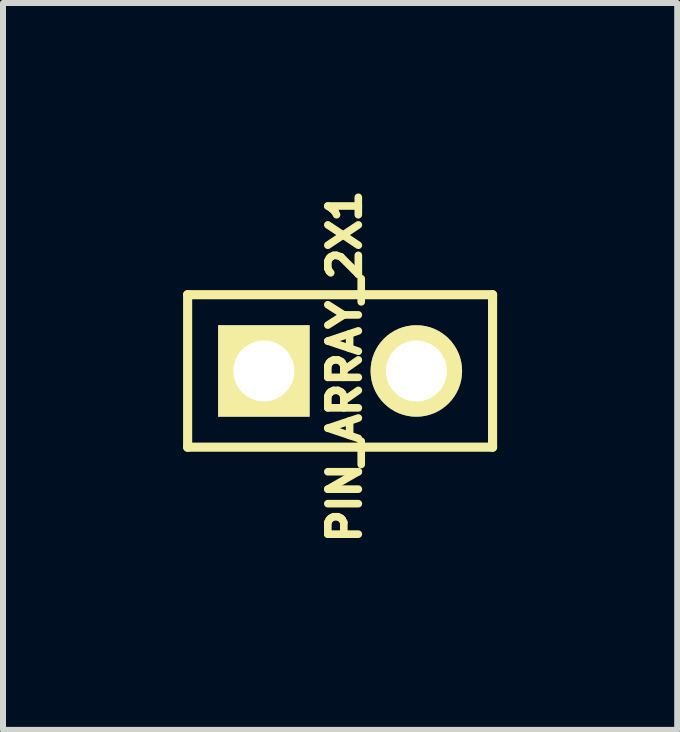
<source format=kicad_pcb>
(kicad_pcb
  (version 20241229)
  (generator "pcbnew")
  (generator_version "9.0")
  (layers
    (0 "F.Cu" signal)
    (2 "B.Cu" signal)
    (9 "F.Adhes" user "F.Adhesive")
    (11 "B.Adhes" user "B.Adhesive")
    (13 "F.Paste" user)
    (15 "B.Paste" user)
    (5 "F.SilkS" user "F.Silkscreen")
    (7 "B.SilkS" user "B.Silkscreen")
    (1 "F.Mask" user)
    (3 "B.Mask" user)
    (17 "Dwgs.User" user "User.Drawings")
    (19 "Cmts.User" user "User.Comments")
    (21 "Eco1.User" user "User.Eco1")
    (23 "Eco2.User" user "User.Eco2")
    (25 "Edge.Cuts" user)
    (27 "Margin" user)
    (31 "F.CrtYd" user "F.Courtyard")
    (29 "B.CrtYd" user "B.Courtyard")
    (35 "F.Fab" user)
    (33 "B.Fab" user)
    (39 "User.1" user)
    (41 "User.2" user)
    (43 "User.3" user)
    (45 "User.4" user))
  (footprint "PIN_ARRAY_2X1"
    (layer "F.Cu")
    (at 2.616 3.13)
    (property "Reference" "PIN_ARRAY_2X1" (at 0.075 -0.075 270) (layer "F.SilkS") (effects (font (size 0.508 0.508) (thickness 0.127))))
    (attr through_hole)
    (fp_line (start -2.54 -1.27) (end 2.54 -1.27) (stroke (width 0.152) (type solid)) (layer "F.SilkS"))
    (fp_line (start -2.54 1.27) (end -2.54 -1.27) (stroke (width 0.152) (type solid)) (layer "F.SilkS"))
    (fp_line (start 2.54 -1.27) (end 2.54 1.27) (stroke (width 0.152) (type solid)) (layer "F.SilkS"))
    (fp_line (start 2.54 1.27) (end -2.54 1.27) (stroke (width 0.152) (type solid)) (layer "F.SilkS"))
    (pad "1" thru_hole rect (at -1.27 0) (size 1.524 1.524) (drill 1.016) (layers "*.Cu" "*.Mask" "F.SilkS"))
    (pad "2" thru_hole circle (at 1.27 0) (size 1.524 1.524) (drill 1.016) (layers "*.Cu" "*.Mask" "F.SilkS")))
  (gr_rect
    (start -3 -3)
    (end 8.232 9.109)
    (stroke (width 0.1) (type default))
    (fill no)
    (layer "Edge.Cuts")))
</source>
